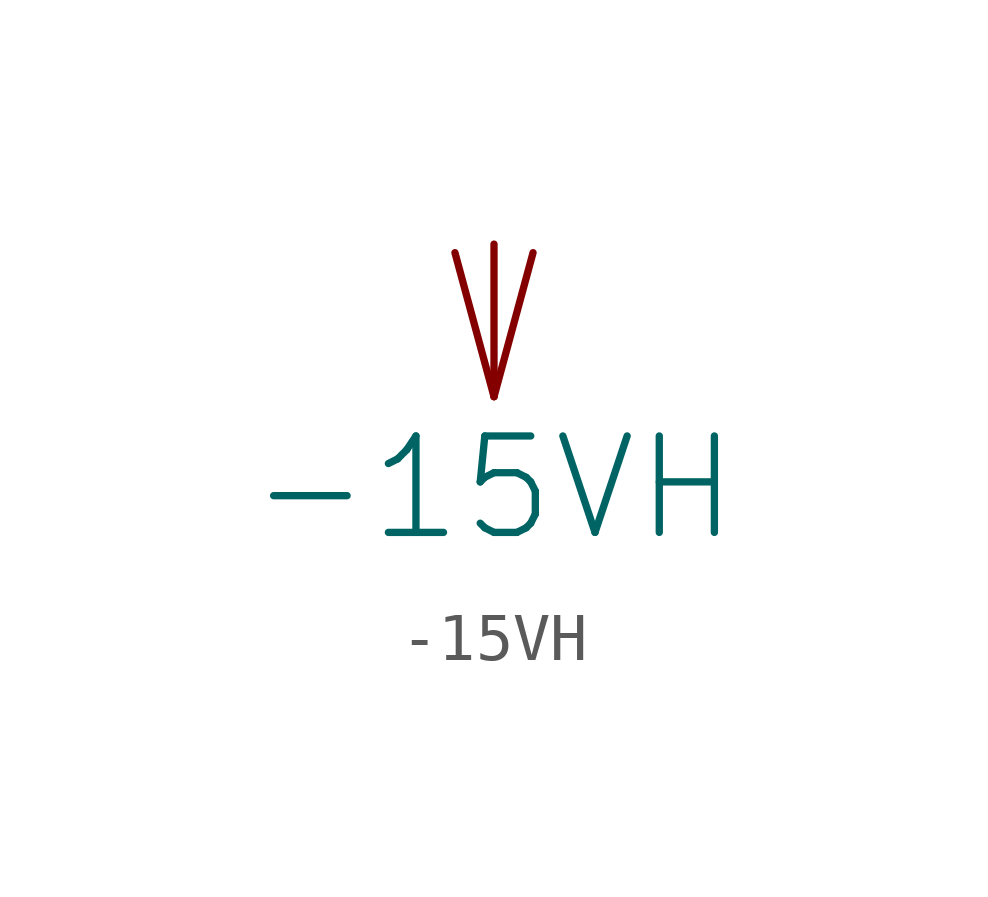
<source format=kicad_sym>
(kicad_symbol_lib
  (version 20231120)
  (generator "kicad_symbol_editor")
  (generator_version "8.0")
  (symbol "-15VH"
    (power)
    (pin_numbers hide)
    (pin_names
      (offset 0) hide)
    (property "Reference" "#PWR"
      (at 0 2.54 0)
      (effects (font (size 2.007 2.007)) (hide yes)))
    (property "Value" "-15VH"
      (at 0 -5.08 0)
      (effects (font (size 2.007 2.007))))
    (property "Footprint" ""
      (at 0 -3.175 90)
      (effects (font (size 2.489 2.489))))
    (symbol "-15VH_0_1"
      (polyline (pts (xy -0.813 -0.178) (xy 0 -3.175)) (stroke (width 0) (type solid)) (fill (type none)))
      (polyline (pts (xy 0 -3.175) (xy 0 0)) (stroke (width 0) (type solid)) (fill (type none)))
      (polyline (pts (xy 0 -3.175) (xy 0.813 -0.178)) (stroke (width 0) (type solid)) (fill (type none))))
    (symbol "-15VH_1_1"
      (pin power_in line (at 0 0 270) (length 0) hide (name "-15VH" (effects (font (size 1.803 1.803)))) (number "1" (effects (font (size 1.803 1.803))))))))
</source>
